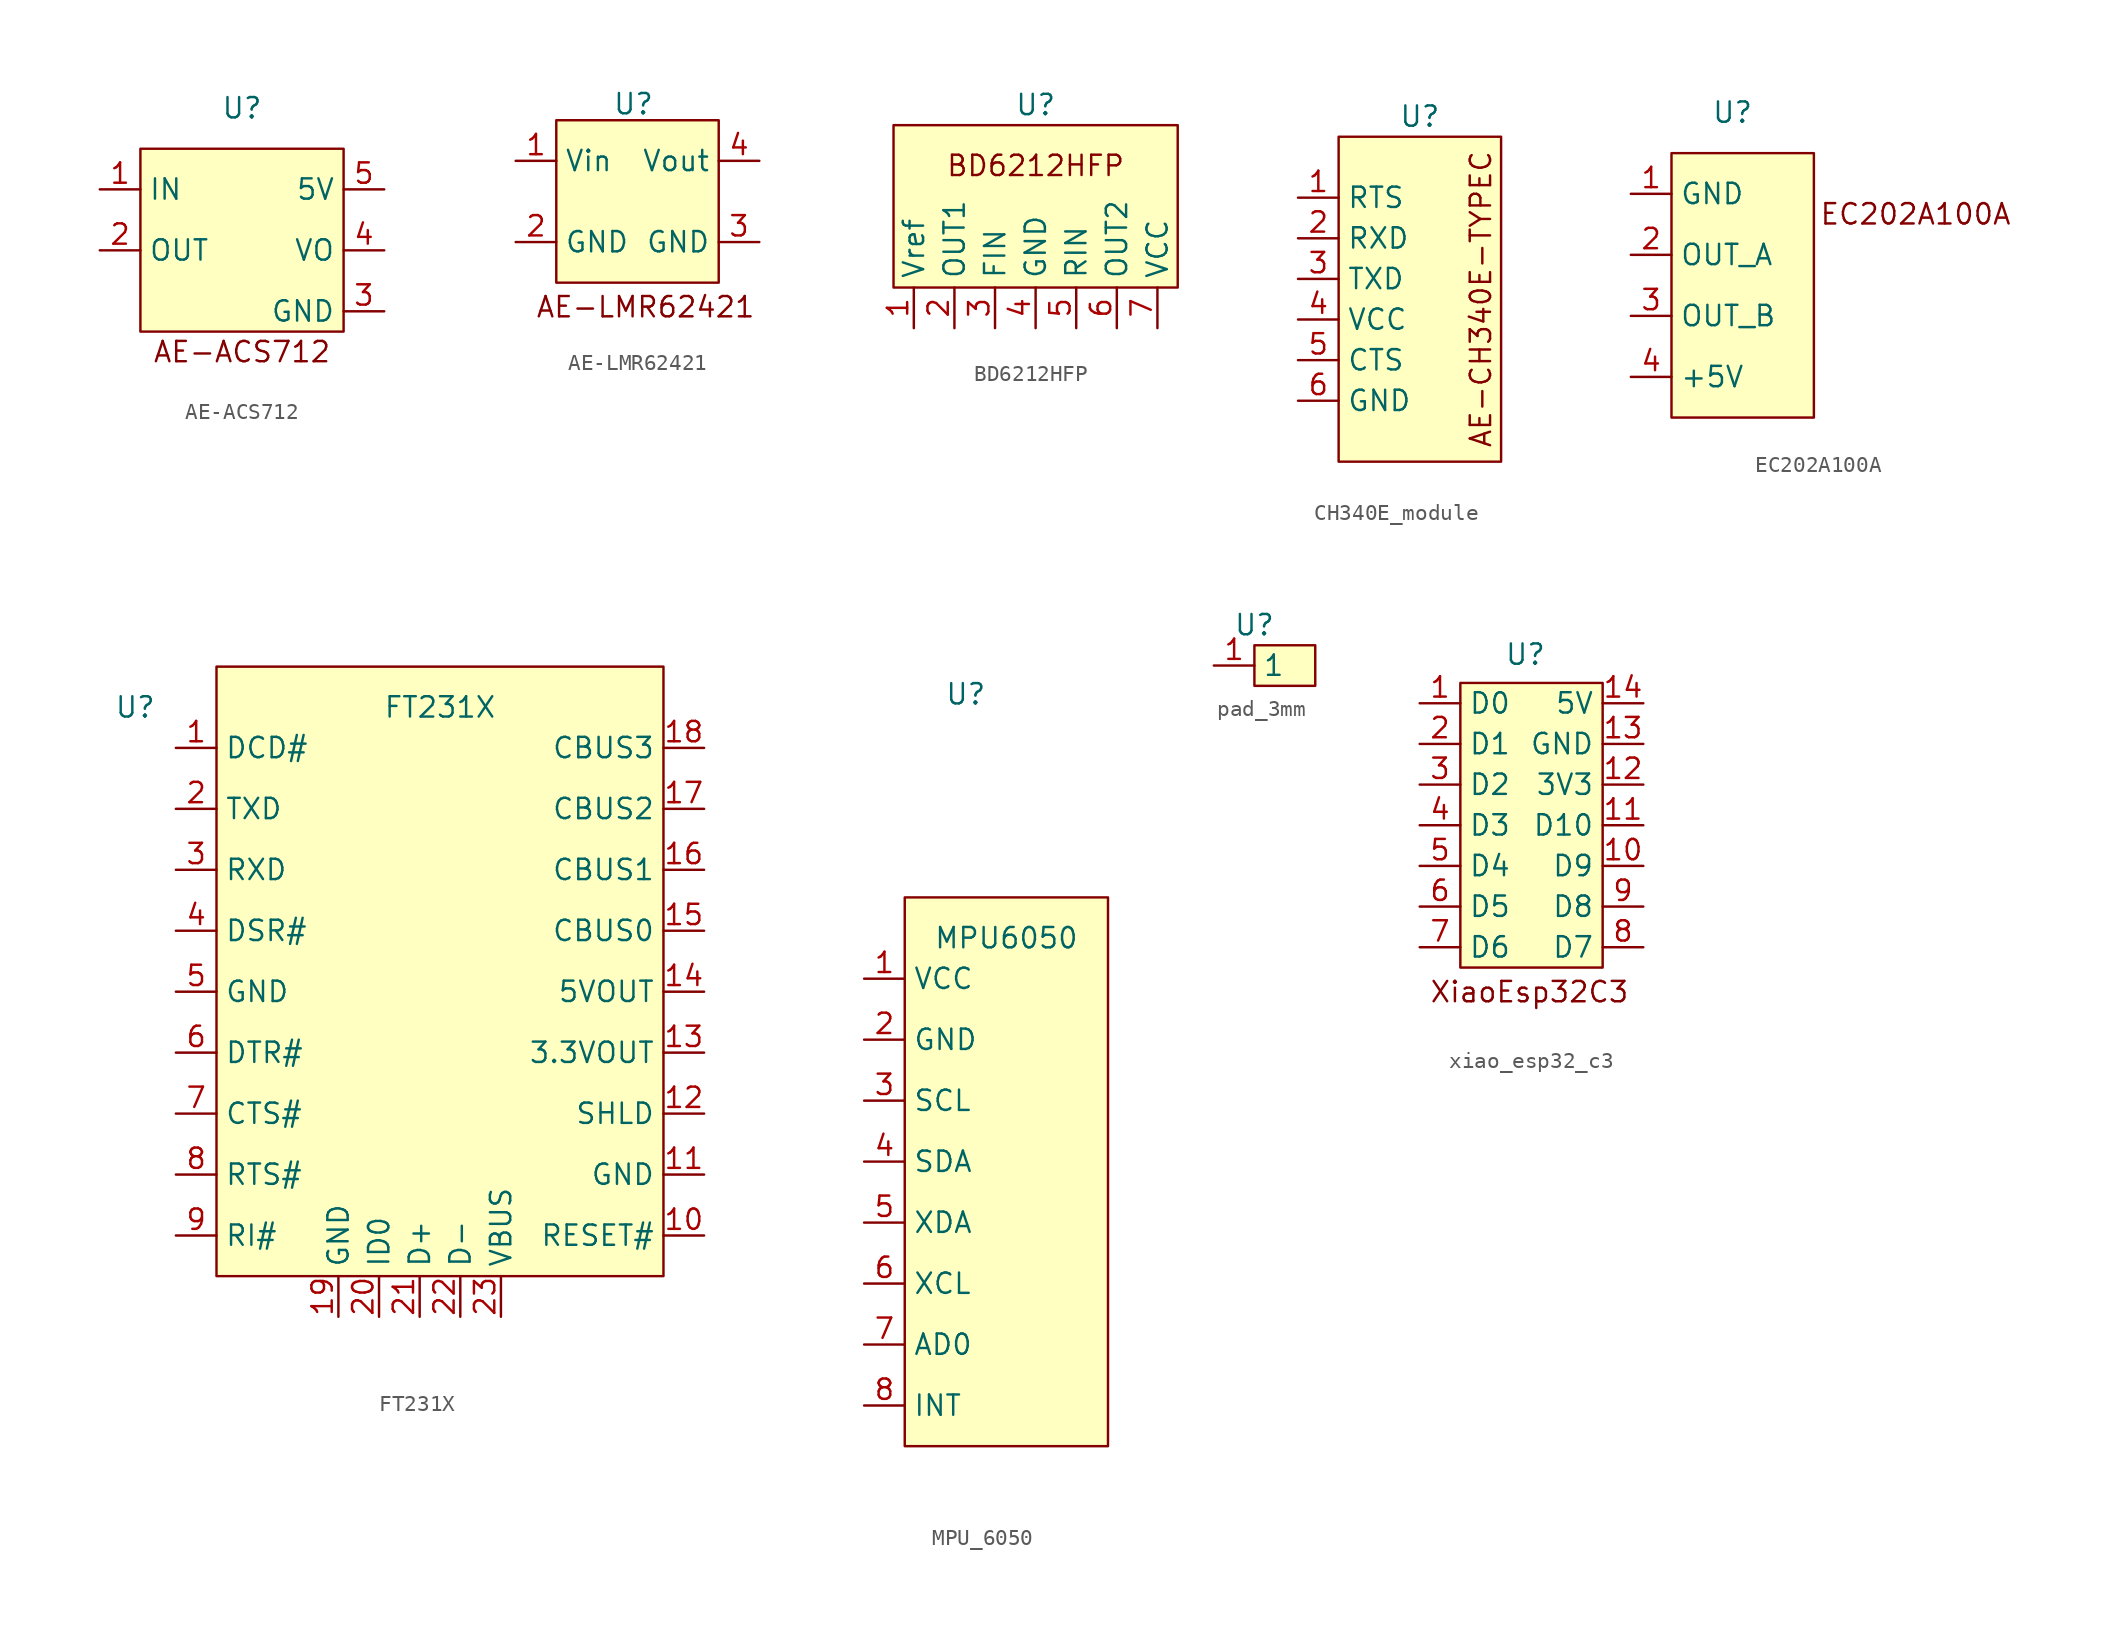
<source format=kicad_sym>
(kicad_symbol_lib
  (version 20241209)
  (generator "kicad_symbol_editor")
  (generator_version "9.0")
  (symbol "AE-ACS712"
    (property "Reference" "U"
      (at 0 1.27 0)
      (effects (font (size 1.27 1.27))))
    (property "Value" ""
      (at 2.54 0 0)
      (effects (font (size 1.27 1.27))))
    (symbol "AE-ACS712_1_1"
      (rectangle (start -6.35 -1.27) (end 6.35 -12.7) (stroke (width 0) (type default)) (fill (type background)))
      (text "AE-ACS712" (at 0 -13.97 0) (effects (font (size 1.27 1.27))))
      (pin passive line (at -8.89 -3.81 0) (length 2.54) (name "IN" (effects (font (size 1.27 1.27)))) (number "1" (effects (font (size 1.27 1.27)))))
      (pin passive line (at -8.89 -7.62 0) (length 2.54) (name "OUT" (effects (font (size 1.27 1.27)))) (number "2" (effects (font (size 1.27 1.27)))))
      (pin power_in line (at 8.89 -3.81 180) (length 2.54) (name "5V" (effects (font (size 1.27 1.27)))) (number "5" (effects (font (size 1.27 1.27)))))
      (pin passive line (at 8.89 -7.62 180) (length 2.54) (name "VO" (effects (font (size 1.27 1.27)))) (number "4" (effects (font (size 1.27 1.27)))))
      (pin passive line (at 8.89 -11.43 180) (length 2.54) (name "GND" (effects (font (size 1.27 1.27)))) (number "3" (effects (font (size 1.27 1.27)))))))
  (symbol "AE-LMR62421"
    (property "Reference" "U"
      (at -0.254 3.556 0)
      (effects (font (size 1.27 1.27))))
    (property "Value" ""
      (at 0 0 0)
      (effects (font (size 1.27 1.27))))
    (symbol "AE-LMR62421_1_1"
      (rectangle (start -5.08 2.54) (end 5.08 -7.62) (stroke (width 0) (type default)) (fill (type background)))
      (text "AE-LMR62421" (at 0.508 -9.144 0) (effects (font (size 1.27 1.27))))
      (pin power_in line (at -7.62 0 0) (length 2.54) (name "Vin" (effects (font (size 1.27 1.27)))) (number "1" (effects (font (size 1.27 1.27)))))
      (pin power_in line (at -7.62 -5.08 0) (length 2.54) (name "GND" (effects (font (size 1.27 1.27)))) (number "2" (effects (font (size 1.27 1.27)))))
      (pin power_out line (at 7.62 0 180) (length 2.54) (name "Vout" (effects (font (size 1.27 1.27)))) (number "4" (effects (font (size 1.27 1.27)))))
      (pin power_in line (at 7.62 -5.08 180) (length 2.54) (name "GND" (effects (font (size 1.27 1.27)))) (number "3" (effects (font (size 1.27 1.27)))))))
  (symbol "BD6212HFP"
    (property "Reference" "U"
      (at 0 0 0)
      (effects (font (size 1.27 1.27))))
    (property "Value" ""
      (at 0 0 0)
      (effects (font (size 1.27 1.27))))
    (symbol "BD6212HFP_1_1"
      (rectangle (start -8.89 -1.27) (end 8.89 -11.43) (stroke (width 0) (type default)) (fill (type background)))
      (text "BD6212HFP" (at 0 -3.81 0) (effects (font (size 1.27 1.27))))
      (pin passive line (at -7.62 -13.97 90) (length 2.54) (name "Vref" (effects (font (size 1.27 1.27)))) (number "1" (effects (font (size 1.27 1.27)))))
      (pin passive line (at -5.08 -13.97 90) (length 2.54) (name "OUT1" (effects (font (size 1.27 1.27)))) (number "2" (effects (font (size 1.27 1.27)))))
      (pin passive line (at -2.54 -13.97 90) (length 2.54) (name "FIN" (effects (font (size 1.27 1.27)))) (number "3" (effects (font (size 1.27 1.27)))))
      (pin passive line (at 0 -13.97 90) (length 2.54) (name "GND" (effects (font (size 1.27 1.27)))) (number "4" (effects (font (size 1.27 1.27)))))
      (pin passive line (at 2.54 -13.97 90) (length 2.54) (name "RIN" (effects (font (size 1.27 1.27)))) (number "5" (effects (font (size 1.27 1.27)))))
      (pin passive line (at 5.08 -13.97 90) (length 2.54) (name "OUT2" (effects (font (size 1.27 1.27)))) (number "6" (effects (font (size 1.27 1.27)))))
      (pin power_in line (at 7.62 -13.97 90) (length 2.54) (name "VCC" (effects (font (size 1.27 1.27)))) (number "7" (effects (font (size 1.27 1.27)))))))
  (symbol "CH340E_module"
    (property "Reference" "U"
      (at 0 0 0)
      (effects (font (size 1.27 1.27))))
    (property "Value" ""
      (at -1.27 0 0)
      (effects (font (size 1.27 1.27))))
    (symbol "CH340E_module_1_1"
      (rectangle (start -5.08 -1.27) (end 5.08 -21.59) (stroke (width 0) (type default)) (fill (type background)))
      (text "AE-CH340E-TYPEC" (at 3.81 -11.43 900) (effects (font (size 1.27 1.27))))
      (pin passive line (at -7.62 -5.08 0) (length 2.54) (name "RTS" (effects (font (size 1.27 1.27)))) (number "1" (effects (font (size 1.27 1.27)))))
      (pin passive line (at -7.62 -7.62 0) (length 2.54) (name "RXD" (effects (font (size 1.27 1.27)))) (number "2" (effects (font (size 1.27 1.27)))))
      (pin passive line (at -7.62 -10.16 0) (length 2.54) (name "TXD" (effects (font (size 1.27 1.27)))) (number "3" (effects (font (size 1.27 1.27)))))
      (pin power_in line (at -7.62 -12.7 0) (length 2.54) (name "VCC" (effects (font (size 1.27 1.27)))) (number "4" (effects (font (size 1.27 1.27)))))
      (pin passive line (at -7.62 -15.24 0) (length 2.54) (name "CTS" (effects (font (size 1.27 1.27)))) (number "5" (effects (font (size 1.27 1.27)))))
      (pin passive line (at -7.62 -17.78 0) (length 2.54) (name "GND" (effects (font (size 1.27 1.27)))) (number "6" (effects (font (size 1.27 1.27)))))))
  (symbol "EC202A100A"
    (property "Reference" "U"
      (at 0 0 0)
      (effects (font (size 1.27 1.27))))
    (property "Value" ""
      (at 0 0 0)
      (effects (font (size 1.27 1.27))))
    (symbol "EC202A100A_1_1"
      (rectangle (start -3.81 -2.54) (end 5.08 -19.05) (stroke (width 0) (type default)) (fill (type background)))
      (text "EC202A100A" (at 11.43 -6.35 0) (effects (font (size 1.27 1.27))))
      (pin passive line (at -6.35 -5.08 0) (length 2.54) (name "GND" (effects (font (size 1.27 1.27)))) (number "1" (effects (font (size 1.27 1.27)))))
      (pin passive line (at -6.35 -8.89 0) (length 2.54) (name "OUT_A" (effects (font (size 1.27 1.27)))) (number "2" (effects (font (size 1.27 1.27)))))
      (pin passive line (at -6.35 -12.7 0) (length 2.54) (name "OUT_B" (effects (font (size 1.27 1.27)))) (number "3" (effects (font (size 1.27 1.27)))))
      (pin power_in line (at -6.35 -16.51 0) (length 2.54) (name "+5V" (effects (font (size 1.27 1.27)))) (number "4" (effects (font (size 1.27 1.27)))))))
  (symbol "FT231X"
    (property "Reference" "U"
      (at -19.05 16.51 0)
      (effects (font (size 1.27 1.27))))
    (property "Value" "FT231X"
      (at 0 16.51 0)
      (effects (font (size 1.27 1.27))))
    (symbol "FT231X_1_1"
      (rectangle (start -13.97 19.05) (end 13.97 -19.05) (stroke (width 0) (type default)) (fill (type background)))
      (pin passive line (at -16.51 13.97 0) (length 2.54) (name "DCD#" (effects (font (size 1.27 1.27)))) (number "1" (effects (font (size 1.27 1.27)))))
      (pin passive line (at -16.51 10.16 0) (length 2.54) (name "TXD" (effects (font (size 1.27 1.27)))) (number "2" (effects (font (size 1.27 1.27)))))
      (pin passive line (at -16.51 6.35 0) (length 2.54) (name "RXD" (effects (font (size 1.27 1.27)))) (number "3" (effects (font (size 1.27 1.27)))))
      (pin passive line (at -16.51 2.54 0) (length 2.54) (name "DSR#" (effects (font (size 1.27 1.27)))) (number "4" (effects (font (size 1.27 1.27)))))
      (pin passive line (at -16.51 -1.27 0) (length 2.54) (name "GND" (effects (font (size 1.27 1.27)))) (number "5" (effects (font (size 1.27 1.27)))))
      (pin passive line (at -16.51 -5.08 0) (length 2.54) (name "DTR#" (effects (font (size 1.27 1.27)))) (number "6" (effects (font (size 1.27 1.27)))))
      (pin passive line (at -16.51 -8.89 0) (length 2.54) (name "CTS#" (effects (font (size 1.27 1.27)))) (number "7" (effects (font (size 1.27 1.27)))))
      (pin passive line (at -16.51 -12.7 0) (length 2.54) (name "RTS#" (effects (font (size 1.27 1.27)))) (number "8" (effects (font (size 1.27 1.27)))))
      (pin passive line (at -16.51 -16.51 0) (length 2.54) (name "RI#" (effects (font (size 1.27 1.27)))) (number "9" (effects (font (size 1.27 1.27)))))
      (pin passive line (at -6.35 -21.59 90) (length 2.54) (name "GND" (effects (font (size 1.27 1.27)))) (number "19" (effects (font (size 1.27 1.27)))))
      (pin passive line (at -3.81 -21.59 90) (length 2.54) (name "ID0" (effects (font (size 1.27 1.27)))) (number "20" (effects (font (size 1.27 1.27)))))
      (pin passive line (at -1.27 -21.59 90) (length 2.54) (name "D+" (effects (font (size 1.27 1.27)))) (number "21" (effects (font (size 1.27 1.27)))))
      (pin passive line (at 1.27 -21.59 90) (length 2.54) (name "D-" (effects (font (size 1.27 1.27)))) (number "22" (effects (font (size 1.27 1.27)))))
      (pin passive line (at 3.81 -21.59 90) (length 2.54) (name "VBUS" (effects (font (size 1.27 1.27)))) (number "23" (effects (font (size 1.27 1.27)))))
      (pin passive line (at 16.51 13.97 180) (length 2.54) (name "CBUS3" (effects (font (size 1.27 1.27)))) (number "18" (effects (font (size 1.27 1.27)))))
      (pin passive line (at 16.51 10.16 180) (length 2.54) (name "CBUS2" (effects (font (size 1.27 1.27)))) (number "17" (effects (font (size 1.27 1.27)))))
      (pin passive line (at 16.51 6.35 180) (length 2.54) (name "CBUS1" (effects (font (size 1.27 1.27)))) (number "16" (effects (font (size 1.27 1.27)))))
      (pin passive line (at 16.51 2.54 180) (length 2.54) (name "CBUS0" (effects (font (size 1.27 1.27)))) (number "15" (effects (font (size 1.27 1.27)))))
      (pin passive line (at 16.51 -1.27 180) (length 2.54) (name "5VOUT" (effects (font (size 1.27 1.27)))) (number "14" (effects (font (size 1.27 1.27)))))
      (pin passive line (at 16.51 -5.08 180) (length 2.54) (name "3.3VOUT" (effects (font (size 1.27 1.27)))) (number "13" (effects (font (size 1.27 1.27)))))
      (pin passive line (at 16.51 -8.89 180) (length 2.54) (name "SHLD" (effects (font (size 1.27 1.27)))) (number "12" (effects (font (size 1.27 1.27)))))
      (pin passive line (at 16.51 -12.7 180) (length 2.54) (name "GND" (effects (font (size 1.27 1.27)))) (number "11" (effects (font (size 1.27 1.27)))))
      (pin passive line (at 16.51 -16.51 180) (length 2.54) (name "RESET#" (effects (font (size 1.27 1.27)))) (number "10" (effects (font (size 1.27 1.27)))))))
  (symbol "MPU_6050"
    (property "Reference" "U"
      (at -2.54 26.67 0)
      (effects (font (size 1.27 1.27))))
    (property "Value" "MPU6050"
      (at 0 11.43 0)
      (effects (font (size 1.27 1.27))))
    (symbol "MPU_6050_1_1"
      (rectangle (start -6.35 13.97) (end 6.35 -20.32) (stroke (width 0) (type default)) (fill (type background)))
      (pin power_in line (at -8.89 8.89 0) (length 2.54) (name "VCC" (effects (font (size 1.27 1.27)))) (number "1" (effects (font (size 1.27 1.27)))))
      (pin passive line (at -8.89 5.08 0) (length 2.54) (name "GND" (effects (font (size 1.27 1.27)))) (number "2" (effects (font (size 1.27 1.27)))))
      (pin passive line (at -8.89 1.27 0) (length 2.54) (name "SCL" (effects (font (size 1.27 1.27)))) (number "3" (effects (font (size 1.27 1.27)))))
      (pin passive line (at -8.89 -2.54 0) (length 2.54) (name "SDA" (effects (font (size 1.27 1.27)))) (number "4" (effects (font (size 1.27 1.27)))))
      (pin passive line (at -8.89 -6.35 0) (length 2.54) (name "XDA" (effects (font (size 1.27 1.27)))) (number "5" (effects (font (size 1.27 1.27)))))
      (pin passive line (at -8.89 -10.16 0) (length 2.54) (name "XCL" (effects (font (size 1.27 1.27)))) (number "6" (effects (font (size 1.27 1.27)))))
      (pin passive line (at -8.89 -13.97 0) (length 2.54) (name "AD0" (effects (font (size 1.27 1.27)))) (number "7" (effects (font (size 1.27 1.27)))))
      (pin passive line (at -8.89 -17.78 0) (length 2.54) (name "INT" (effects (font (size 1.27 1.27)))) (number "8" (effects (font (size 1.27 1.27)))))))
  (symbol "pad_3mm"
    (property "Reference" "U"
      (at 0 0 0)
      (effects (font (size 1.27 1.27))))
    (property "Value" ""
      (at 0 0 0)
      (effects (font (size 1.27 1.27))))
    (symbol "pad_3mm_1_1"
      (rectangle (start 0 -1.27) (end 3.81 -3.81) (stroke (width 0) (type default)) (fill (type background)))
      (pin passive line (at -2.54 -2.54 0) (length 2.54) (name "1" (effects (font (size 1.27 1.27)))) (number "1" (effects (font (size 1.27 1.27)))))))
  (symbol "xiao_esp32_c3"
    (property "Reference" "U"
      (at 0.254 1.778 0)
      (effects (font (size 1.27 1.27))))
    (property "Value" ""
      (at 0 1.27 0)
      (effects (font (size 1.27 1.27))))
    (symbol "xiao_esp32_c3_1_1"
      (rectangle (start -3.81 0) (end 5.08 -17.78) (stroke (width 0) (type default)) (fill (type background)))
      (text "XiaoEsp32C3" (at 0.508 -19.304 0) (effects (font (size 1.27 1.27))))
      (pin passive line (at -6.35 -1.27 0) (length 2.54) (name "D0" (effects (font (size 1.27 1.27)))) (number "1" (effects (font (size 1.27 1.27)))))
      (pin passive line (at -6.35 -3.81 0) (length 2.54) (name "D1" (effects (font (size 1.27 1.27)))) (number "2" (effects (font (size 1.27 1.27)))))
      (pin passive line (at -6.35 -6.35 0) (length 2.54) (name "D2" (effects (font (size 1.27 1.27)))) (number "3" (effects (font (size 1.27 1.27)))))
      (pin passive line (at -6.35 -8.89 0) (length 2.54) (name "D3" (effects (font (size 1.27 1.27)))) (number "4" (effects (font (size 1.27 1.27)))))
      (pin passive line (at -6.35 -11.43 0) (length 2.54) (name "D4" (effects (font (size 1.27 1.27)))) (number "5" (effects (font (size 1.27 1.27)))))
      (pin passive line (at -6.35 -13.97 0) (length 2.54) (name "D5" (effects (font (size 1.27 1.27)))) (number "6" (effects (font (size 1.27 1.27)))))
      (pin passive line (at -6.35 -16.51 0) (length 2.54) (name "D6" (effects (font (size 1.27 1.27)))) (number "7" (effects (font (size 1.27 1.27)))))
      (pin power_in line (at 7.62 -1.27 180) (length 2.54) (name "5V" (effects (font (size 1.27 1.27)))) (number "14" (effects (font (size 1.27 1.27)))))
      (pin passive line (at 7.62 -3.81 180) (length 2.54) (name "GND" (effects (font (size 1.27 1.27)))) (number "13" (effects (font (size 1.27 1.27)))))
      (pin power_out line (at 7.62 -6.35 180) (length 2.54) (name "3V3" (effects (font (size 1.27 1.27)))) (number "12" (effects (font (size 1.27 1.27)))))
      (pin passive line (at 7.62 -8.89 180) (length 2.54) (name "D10" (effects (font (size 1.27 1.27)))) (number "11" (effects (font (size 1.27 1.27)))))
      (pin passive line (at 7.62 -11.43 180) (length 2.54) (name "D9" (effects (font (size 1.27 1.27)))) (number "10" (effects (font (size 1.27 1.27)))))
      (pin passive line (at 7.62 -13.97 180) (length 2.54) (name "D8" (effects (font (size 1.27 1.27)))) (number "9" (effects (font (size 1.27 1.27)))))
      (pin passive line (at 7.62 -16.51 180) (length 2.54) (name "D7" (effects (font (size 1.27 1.27)))) (number "8" (effects (font (size 1.27 1.27))))))))
</source>
